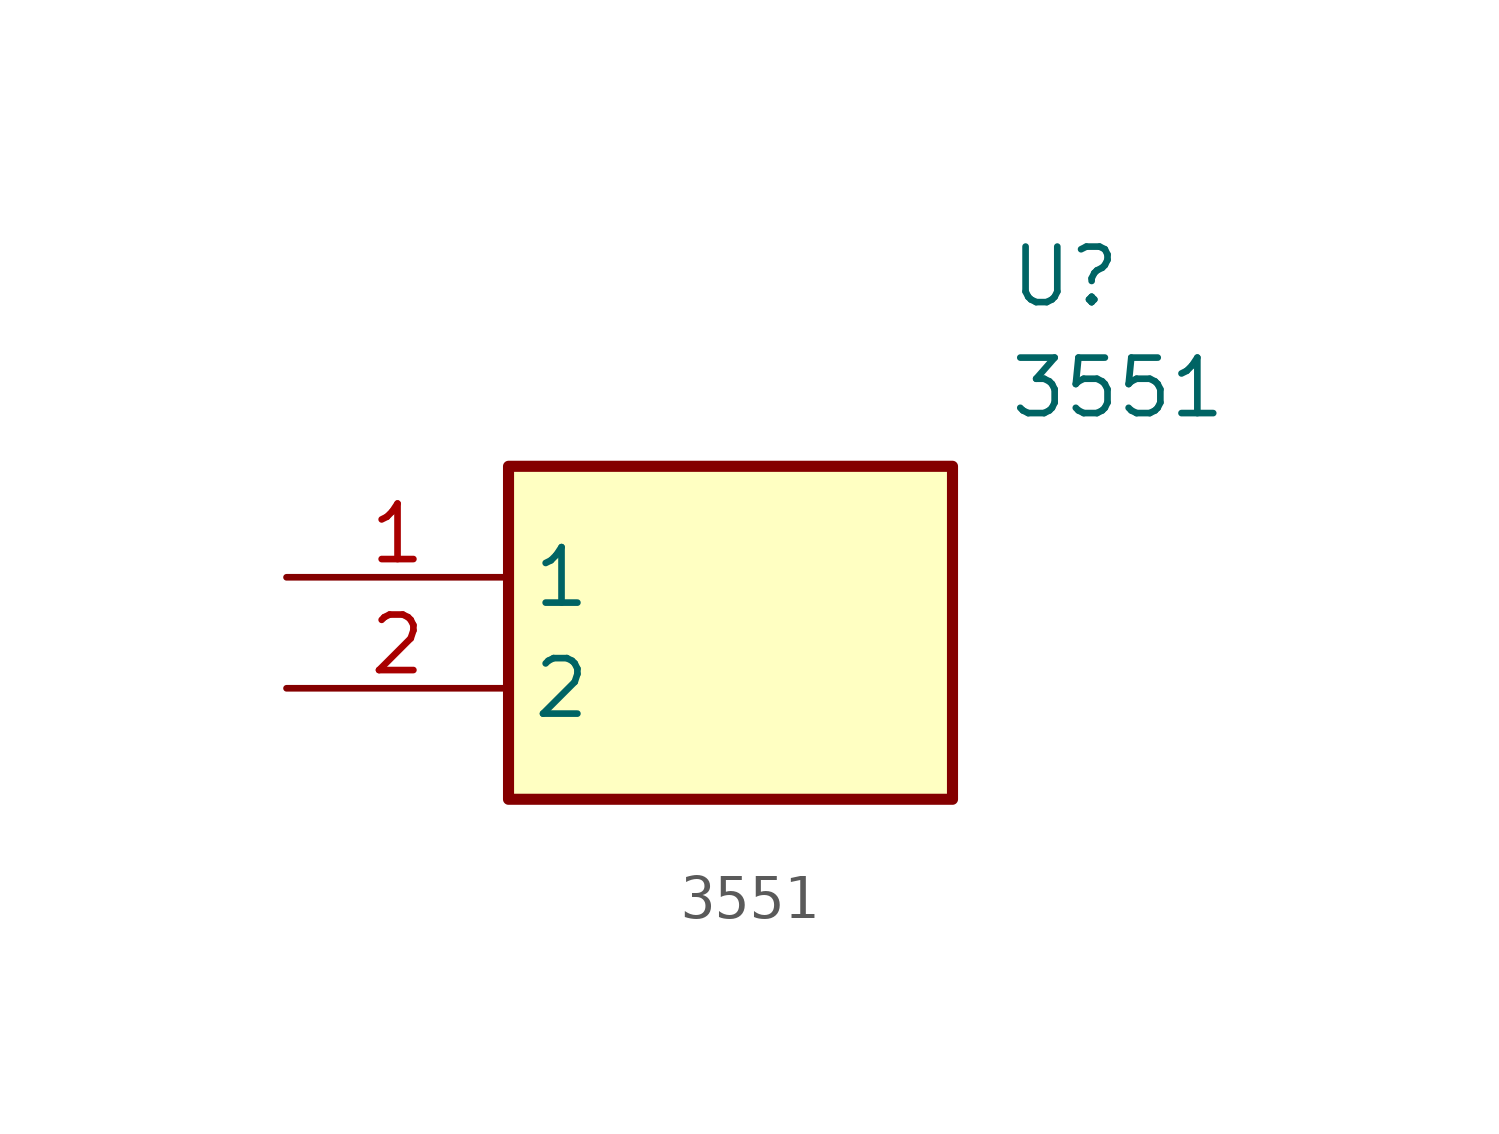
<source format=kicad_sym>
(kicad_symbol_lib
  (version 20211014)
  (generator SamacSys_ECAD_Model)
  (symbol "3551"
    (property "Reference" "U"
      (at 16.51 7.62 0)
      (effects (font (size 1.27 1.27)) (justify left top)))
    (property "Value" "3551"
      (at 16.51 5.08 0)
      (effects (font (size 1.27 1.27)) (justify left top)))
    (rectangle
      (start 5.08 2.54)
      (end 15.24 -5.08)
      (stroke (width 0.254) (type default))
      (fill (type background)))
    (pin passive line
      (at 0 0 0)
      (length 5.08)
      (name "1" (effects (font (size 1.27 1.27))))
      (number "1" (effects (font (size 1.27 1.27)))))
    (pin passive line
      (at 0 -2.54 0)
      (length 5.08)
      (name "2" (effects (font (size 1.27 1.27))))
      (number "2" (effects (font (size 1.27 1.27)))))))
</source>
